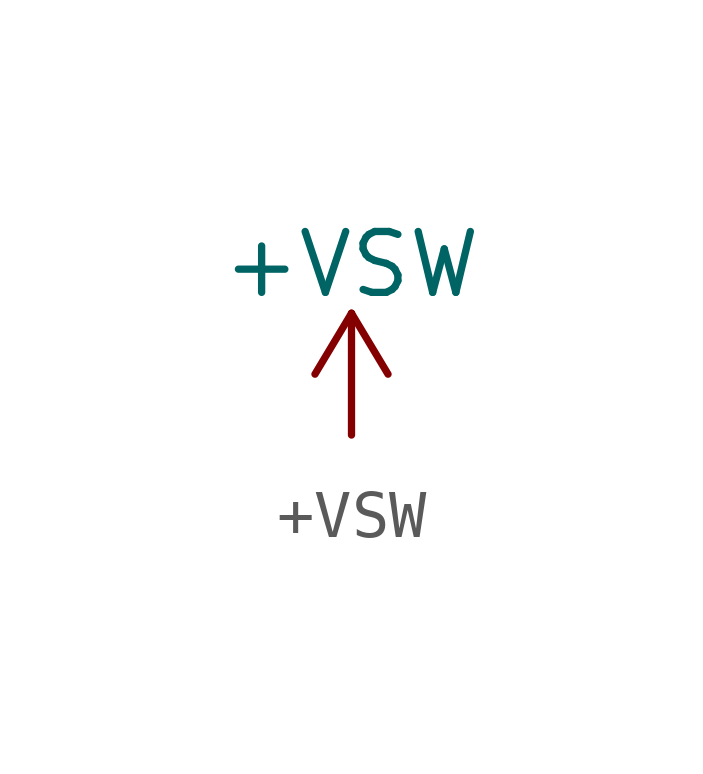
<source format=kicad_sym>
(kicad_symbol_lib
  (version 20211014)
  (generator kicad_symbol_editor)
  (symbol "power1:+VSW"
    (power)
    (pin_names
      (offset 0))
    (property "Reference" "#PWR"
      (at 0 -3.81 0)
      (effects (font (size 1.27 1.27)) hide))
    (property "Value" "+VSW"
      (at 0 3.556 0)
      (effects (font (size 1.27 1.27))))
    (symbol "+VSW_0_1"
      (polyline (pts (xy -0.762 1.27) (xy 0 2.54)) (stroke (width 0) (type default) (color 0 0 0 0)) (fill (type none)))
      (polyline (pts (xy 0 0) (xy 0 2.54)) (stroke (width 0) (type default) (color 0 0 0 0)) (fill (type none)))
      (polyline (pts (xy 0 2.54) (xy 0.762 1.27)) (stroke (width 0) (type default) (color 0 0 0 0)) (fill (type none))))
    (symbol "+VSW_1_1"
      (pin power_in line (at 0 0 90) (length 0) hide (name "+VSW" (effects (font (size 1.27 1.27)))) (number "1" (effects (font (size 1.27 1.27))))))))
</source>
